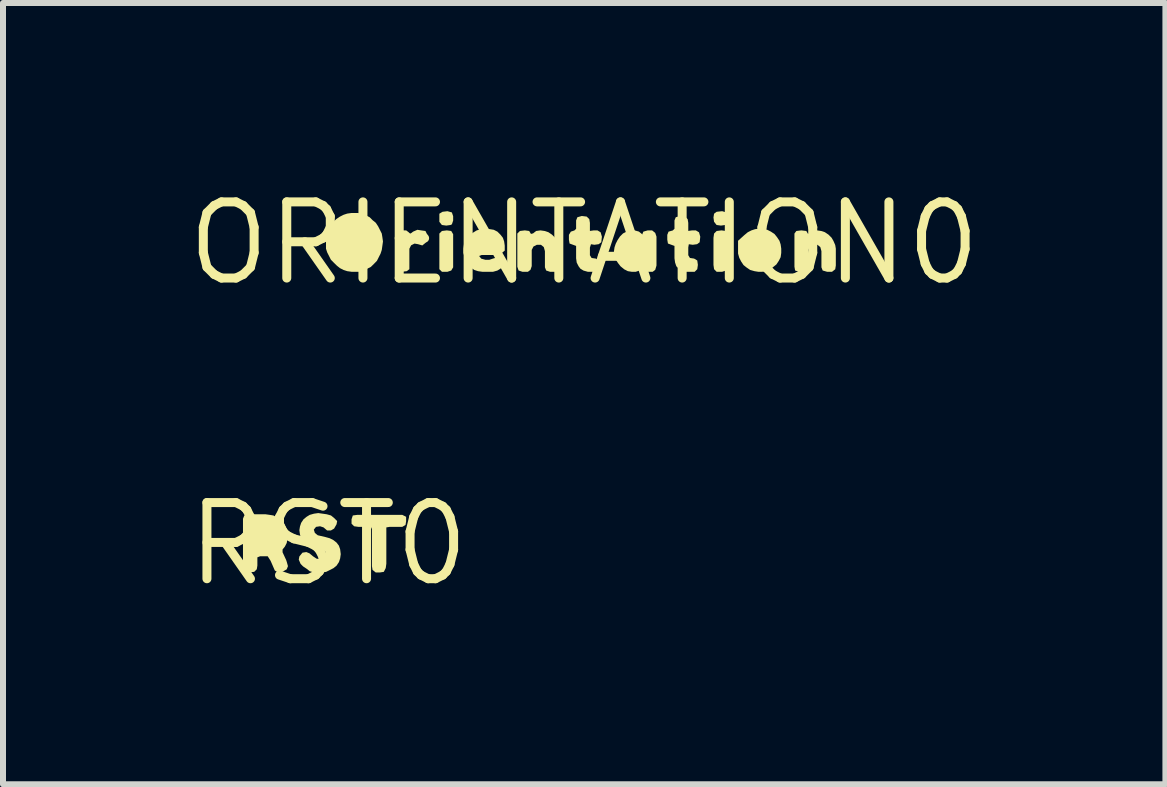
<source format=kicad_pcb>
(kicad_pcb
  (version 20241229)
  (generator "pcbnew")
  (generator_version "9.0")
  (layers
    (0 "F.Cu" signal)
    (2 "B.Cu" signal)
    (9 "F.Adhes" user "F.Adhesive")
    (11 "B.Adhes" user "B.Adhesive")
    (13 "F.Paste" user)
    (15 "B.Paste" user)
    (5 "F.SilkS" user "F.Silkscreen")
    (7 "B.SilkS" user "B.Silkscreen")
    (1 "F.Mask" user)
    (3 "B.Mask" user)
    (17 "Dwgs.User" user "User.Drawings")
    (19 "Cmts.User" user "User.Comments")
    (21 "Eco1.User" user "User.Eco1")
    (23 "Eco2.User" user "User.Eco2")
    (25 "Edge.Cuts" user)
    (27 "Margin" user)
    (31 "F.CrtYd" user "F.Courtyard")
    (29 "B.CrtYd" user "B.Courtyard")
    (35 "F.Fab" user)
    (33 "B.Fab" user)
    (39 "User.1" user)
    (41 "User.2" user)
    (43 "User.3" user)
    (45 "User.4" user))
  (footprint "RST0"
    (layer "F.Cu")
    (at 2.426 6.019)
    (property "Reference" "RST0" (at 0 0 0) (layer "F.SilkS") (effects (font (size 1.27 1.27) (thickness 0.15))))
    (fp_poly (pts (xy 1.295 -0.453) (xy 1.295 -0.38) (xy 1.285 -0.317) (xy 1.231 -0.285) (xy 1.02 -0.285) (xy 0.965 -0.276) (xy 0.965 0.33) (xy 0.955 0.402) (xy 0.923 0.465) (xy 0.86 0.475) (xy 0.788 0.475) (xy 0.735 0.433) (xy 0.725 0.37) (xy 0.725 -0.249) (xy 0.707 -0.285) (xy 0.5 -0.285) (xy 0.428 -0.295) (xy 0.385 -0.338) (xy 0.385 -0.411) (xy 0.406 -0.475) (xy 0.48 -0.485) (xy 1.231 -0.485)) (stroke (width 0) (type default)) (fill yes) (layer "F.SilkS"))
    (fp_poly (pts (xy -0.979 -0.485) (xy -0.918 -0.475) (xy -0.857 -0.444) (xy -0.792 -0.401) (xy -0.798 -0.395) (xy -0.746 -0.353) (xy -0.685 -0.232) (xy -0.675 -0.16) (xy -0.685 -0.089) (xy -0.695 -0.018) (xy -0.726 0.043) (xy -0.765 0.092) (xy -0.765 0.139) (xy -0.705 0.268) (xy -0.695 0.299) (xy -0.675 0.37) (xy -0.696 0.423) (xy -0.768 0.465) (xy -0.841 0.475) (xy -0.894 0.443) (xy -0.964 0.282) (xy -1.013 0.205) (xy -1.139 0.205) (xy -1.185 0.223) (xy -1.185 0.36) (xy -1.195 0.422) (xy -1.238 0.465) (xy -1.33 0.475) (xy -1.404 0.454) (xy -1.425 0.401) (xy -1.425 -0.421) (xy -1.404 -0.474) (xy -1.331 -0.495) (xy -1.05 -0.495)) (stroke (width 0) (type default)) (fill yes) (layer "F.SilkS"))
    (fp_poly (pts (xy -0.099 -0.505) (xy -0.029 -0.495) (xy 0.042 -0.475) (xy 0.093 -0.434) (xy 0.145 -0.382) (xy 0.135 -0.328) (xy 0.094 -0.256) (xy 0.041 -0.225) (xy -0.022 -0.225) (xy -0.082 -0.276) (xy -0.14 -0.295) (xy -0.207 -0.285) (xy -0.244 -0.239) (xy -0.226 -0.183) (xy -0.178 -0.145) (xy -0.049 -0.115) (xy 0.022 -0.095) (xy 0.083 -0.064) (xy 0.134 -0.024) (xy 0.174 0.028) (xy 0.195 0.089) (xy 0.205 0.17) (xy 0.195 0.241) (xy 0.175 0.302) (xy 0.134 0.363) (xy 0.083 0.404) (xy -0.038 0.465) (xy -0.1 0.475) (xy -0.241 0.475) (xy -0.312 0.455) (xy -0.363 0.414) (xy -0.423 0.374) (xy -0.464 0.333) (xy -0.495 0.261) (xy -0.485 0.208) (xy -0.433 0.145) (xy -0.369 0.135) (xy -0.317 0.156) (xy -0.257 0.206) (xy -0.198 0.245) (xy -0.131 0.255) (xy -0.064 0.226) (xy -0.045 0.179) (xy -0.055 0.123) (xy -0.112 0.095) (xy -0.181 0.085) (xy -0.242 0.065) (xy -0.312 0.035) (xy -0.373 0.004) (xy -0.424 -0.037) (xy -0.455 -0.088) (xy -0.475 -0.159) (xy -0.485 -0.23) (xy -0.475 -0.291) (xy -0.455 -0.352) (xy -0.414 -0.413) (xy -0.363 -0.454) (xy -0.312 -0.485) (xy -0.241 -0.505) (xy -0.17 -0.515)) (stroke (width 0) (type default)) (fill yes) (layer "F.SilkS")))
  (footprint "ORIENTATION0"
    (layer "F.Cu")
    (at 6.69 1.006)
    (property "Reference" "ORIENTATION0" (at 0 0 0) (layer "F.SilkS") (effects (font (size 1.27 1.27) (thickness 0.15))))
    (fp_poly (pts (xy -2.217 -0.205) (xy -2.185 -0.151) (xy -2.185 0.401) (xy -2.217 0.454) (xy -2.279 0.475) (xy -2.372 0.475) (xy -2.415 0.432) (xy -2.415 -0.162) (xy -2.372 -0.205) (xy -2.29 -0.215)) (stroke (width 0) (type default)) (fill yes) (layer "F.SilkS"))
    (fp_poly (pts (xy -2.206 -0.514) (xy -2.185 -0.451) (xy -2.185 -0.379) (xy -2.206 -0.316) (xy -2.228 -0.305) (xy -2.3 -0.295) (xy -2.373 -0.305) (xy -2.415 -0.358) (xy -2.415 -0.493) (xy -2.362 -0.525) (xy -2.28 -0.535)) (stroke (width 0) (type default)) (fill yes) (layer "F.SilkS"))
    (fp_poly (pts (xy 2.363 -0.205) (xy 2.395 -0.151) (xy 2.395 0.401) (xy 2.363 0.454) (xy 2.301 0.475) (xy 2.208 0.475) (xy 2.165 0.432) (xy 2.155 0.36) (xy 2.155 -0.09) (xy 2.165 -0.162) (xy 2.208 -0.205) (xy 2.29 -0.215)) (stroke (width 0) (type default)) (fill yes) (layer "F.SilkS"))
    (fp_poly (pts (xy 2.374 -0.514) (xy 2.395 -0.451) (xy 2.395 -0.379) (xy 2.374 -0.316) (xy 2.352 -0.305) (xy 2.28 -0.295) (xy 2.207 -0.305) (xy 2.165 -0.358) (xy 2.155 -0.43) (xy 2.165 -0.493) (xy 2.208 -0.525) (xy 2.3 -0.535)) (stroke (width 0) (type default)) (fill yes) (layer "F.SilkS"))
    (fp_poly (pts (xy -2.719 -0.215) (xy -2.647 -0.205) (xy -2.615 -0.141) (xy -2.615 -0.079) (xy -2.646 -0.007) (xy -2.699 0.036) (xy -2.771 0.015) (xy -2.829 0.005) (xy -2.886 0.034) (xy -2.915 0.091) (xy -2.915 0.432) (xy -2.958 0.465) (xy -3.04 0.475) (xy -3.113 0.465) (xy -3.145 0.411) (xy -3.145 -0.131) (xy -3.124 -0.194) (xy -3.061 -0.215) (xy -2.968 -0.215) (xy -2.927 -0.184) (xy -2.9 -0.157) (xy -2.853 -0.194) (xy -2.781 -0.225)) (stroke (width 0) (type default)) (fill yes) (layer "F.SilkS"))
    (fp_poly (pts (xy -0.659 -0.205) (xy -0.598 -0.185) (xy -0.537 -0.144) (xy -0.486 -0.093) (xy -0.455 -0.042) (xy -0.435 0.029) (xy -0.415 0.089) (xy -0.415 0.371) (xy -0.436 0.433) (xy -0.478 0.475) (xy -0.571 0.475) (xy -0.634 0.454) (xy -0.655 0.401) (xy -0.655 0.131) (xy -0.674 0.063) (xy -0.722 0.025) (xy -0.789 0.025) (xy -0.846 0.054) (xy -0.875 0.111) (xy -0.875 0.381) (xy -0.896 0.443) (xy -0.938 0.475) (xy -1.031 0.475) (xy -1.094 0.454) (xy -1.115 0.391) (xy -1.115 -0.162) (xy -1.072 -0.205) (xy -0.99 -0.215) (xy -0.917 -0.205) (xy -0.888 -0.156) (xy -0.852 -0.165) (xy -0.802 -0.205) (xy -0.73 -0.215)) (stroke (width 0) (type default)) (fill yes) (layer "F.SilkS"))
    (fp_poly (pts (xy 0.912 -0.195) (xy 0.965 -0.152) (xy 0.965 -0.141) (xy 0.965 -0.142) (xy 0.986 -0.194) (xy 1.059 -0.215) (xy 1.132 -0.215) (xy 1.184 -0.173) (xy 1.205 -0.111) (xy 1.205 0.371) (xy 1.184 0.443) (xy 1.142 0.475) (xy 1.049 0.475) (xy 0.997 0.454) (xy 0.969 0.408) (xy 0.923 0.454) (xy 0.861 0.475) (xy 0.79 0.475) (xy 0.728 0.465) (xy 0.667 0.434) (xy 0.606 0.384) (xy 0.566 0.333) (xy 0.525 0.272) (xy 0.505 0.211) (xy 0.495 0.14) (xy 0.505 0.069) (xy 0.525 0.008) (xy 0.556 -0.053) (xy 0.596 -0.113) (xy 0.647 -0.164) (xy 0.708 -0.195) (xy 0.769 -0.215) (xy 0.841 -0.215)) (stroke (width 0) (type default)) (fill yes) (layer "F.SilkS"))
    (fp_poly (pts (xy 3.951 -0.205) (xy 4.012 -0.185) (xy 4.073 -0.144) (xy 4.124 -0.093) (xy 4.154 -0.042) (xy 4.185 0.029) (xy 4.195 0.09) (xy 4.195 0.37) (xy 4.185 0.433) (xy 4.132 0.475) (xy 4.049 0.475) (xy 3.976 0.454) (xy 3.955 0.401) (xy 3.955 0.131) (xy 3.936 0.063) (xy 3.888 0.025) (xy 3.821 0.025) (xy 3.764 0.054) (xy 3.735 0.111) (xy 3.735 0.381) (xy 3.714 0.443) (xy 3.672 0.475) (xy 3.579 0.475) (xy 3.516 0.454) (xy 3.505 0.39) (xy 3.505 -0.162) (xy 3.537 -0.205) (xy 3.62 -0.215) (xy 3.703 -0.205) (xy 3.732 -0.156) (xy 3.758 -0.165) (xy 3.818 -0.205) (xy 3.88 -0.215)) (stroke (width 0) (type default)) (fill yes) (layer "F.SilkS"))
    (fp_poly (pts (xy 2.981 -0.235) (xy 3.052 -0.225) (xy 3.113 -0.194) (xy 3.173 -0.154) (xy 3.214 -0.103) (xy 3.255 -0.042) (xy 3.275 0.019) (xy 3.285 0.09) (xy 3.285 0.16) (xy 3.275 0.232) (xy 3.244 0.293) (xy 3.204 0.353) (xy 3.153 0.394) (xy 3.103 0.434) (xy 3.031 0.465) (xy 2.97 0.475) (xy 2.9 0.475) (xy 2.839 0.465) (xy 2.772 0.446) (xy 2.772 0.447) (xy 2.768 0.445) (xy 2.763 0.443) (xy 2.763 0.442) (xy 2.707 0.404) (xy 2.656 0.363) (xy 2.616 0.303) (xy 2.585 0.242) (xy 2.565 0.171) (xy 2.565 -0.042) (xy 2.667 -0.134) (xy 2.727 -0.184) (xy 2.788 -0.215) (xy 2.849 -0.235) (xy 2.92 -0.245)) (stroke (width 0) (type default)) (fill yes) (layer "F.SilkS"))
    (fp_poly (pts (xy 0.042 -0.445) (xy 0.085 -0.402) (xy 0.095 -0.34) (xy 0.095 -0.206) (xy 0.16 -0.215) (xy 0.221 -0.215) (xy 0.274 -0.183) (xy 0.295 -0.11) (xy 0.285 -0.017) (xy 0.242 0.015) (xy 0.17 0.025) (xy 0.113 0.016) (xy 0.095 0.071) (xy 0.095 0.199) (xy 0.123 0.245) (xy 0.192 0.255) (xy 0.245 0.287) (xy 0.255 0.36) (xy 0.245 0.432) (xy 0.202 0.475) (xy 0.059 0.475) (xy -0.012 0.455) (xy -0.063 0.424) (xy -0.094 0.383) (xy -0.125 0.322) (xy -0.135 0.25) (xy -0.135 0.044) (xy -0.244 0.004) (xy -0.255 -0.06) (xy -0.255 -0.141) (xy -0.223 -0.194) (xy -0.163 -0.214) (xy -0.135 -0.242) (xy -0.135 -0.381) (xy -0.114 -0.434) (xy -0.04 -0.455)) (stroke (width 0) (type default)) (fill yes) (layer "F.SilkS"))
    (fp_poly (pts (xy 1.682 -0.445) (xy 1.725 -0.402) (xy 1.735 -0.34) (xy 1.735 -0.206) (xy 1.8 -0.215) (xy 1.861 -0.215) (xy 1.914 -0.183) (xy 1.935 -0.11) (xy 1.925 -0.017) (xy 1.882 0.015) (xy 1.81 0.025) (xy 1.744 0.016) (xy 1.735 0.07) (xy 1.735 0.199) (xy 1.763 0.245) (xy 1.832 0.255) (xy 1.885 0.287) (xy 1.895 0.36) (xy 1.885 0.432) (xy 1.842 0.475) (xy 1.689 0.475) (xy 1.628 0.455) (xy 1.577 0.424) (xy 1.536 0.383) (xy 1.515 0.321) (xy 1.505 0.25) (xy 1.505 0.044) (xy 1.396 0.004) (xy 1.385 -0.06) (xy 1.385 -0.141) (xy 1.406 -0.194) (xy 1.477 -0.214) (xy 1.505 -0.242) (xy 1.505 -0.381) (xy 1.526 -0.434) (xy 1.6 -0.455)) (stroke (width 0) (type default)) (fill yes) (layer "F.SilkS"))
    (fp_poly (pts (xy -3.699 -0.485) (xy -3.638 -0.465) (xy -3.577 -0.434) (xy -3.527 -0.384) (xy -3.476 -0.343) (xy -3.436 -0.283) (xy -3.375 -0.162) (xy -3.365 -0.101) (xy -3.355 -0.03) (xy -3.365 0.041) (xy -3.375 0.111) (xy -3.395 0.172) (xy -3.456 0.293) (xy -3.506 0.344) (xy -3.557 0.394) (xy -3.678 0.455) (xy -3.739 0.475) (xy -3.88 0.475) (xy -3.951 0.465) (xy -4.012 0.445) (xy -4.073 0.414) (xy -4.123 0.374) (xy -4.174 0.324) (xy -4.224 0.273) (xy -4.252 0.217) (xy -4.252 0.217) (xy -4.285 0.152) (xy -4.305 0.091) (xy -4.305 -0.05) (xy -4.295 -0.121) (xy -4.285 -0.182) (xy -4.224 -0.303) (xy -4.184 -0.353) (xy -4.133 -0.404) (xy -4.073 -0.444) (xy -4.012 -0.475) (xy -3.951 -0.495) (xy -3.88 -0.505) (xy -3.769 -0.505)) (stroke (width 0) (type default)) (fill yes) (layer "F.SilkS"))
    (fp_poly (pts (xy -1.569 -0.235) (xy -1.508 -0.225) (xy -1.447 -0.194) (xy -1.396 -0.143) (xy -1.356 -0.092) (xy -1.335 -0.031) (xy -1.325 0.04) (xy -1.325 0.122) (xy -1.377 0.164) (xy -1.439 0.195) (xy -1.709 0.195) (xy -1.752 0.212) (xy -1.717 0.256) (xy -1.649 0.275) (xy -1.581 0.275) (xy -1.521 0.255) (xy -1.449 0.235) (xy -1.396 0.267) (xy -1.365 0.339) (xy -1.365 0.392) (xy -1.397 0.424) (xy -1.448 0.455) (xy -1.519 0.475) (xy -1.7 0.475) (xy -1.771 0.465) (xy -1.832 0.445) (xy -1.893 0.404) (xy -1.934 0.353) (xy -1.975 0.292) (xy -1.995 0.231) (xy -2.015 0.161) (xy -2.015 0.09) (xy -2.005 0.019) (xy -1.985 -0.042) (xy -1.944 -0.103) (xy -1.903 -0.144) (xy -1.843 -0.184) (xy -1.792 -0.215) (xy -1.721 -0.235) (xy -1.65 -0.245)) (stroke (width 0) (type default)) (fill yes) (layer "F.SilkS")))
  (gr_rect
    (start -3 -3)
    (end 16.38 10.025)
    (stroke (width 0.1) (type default))
    (fill no)
    (layer "Edge.Cuts")))
</source>
